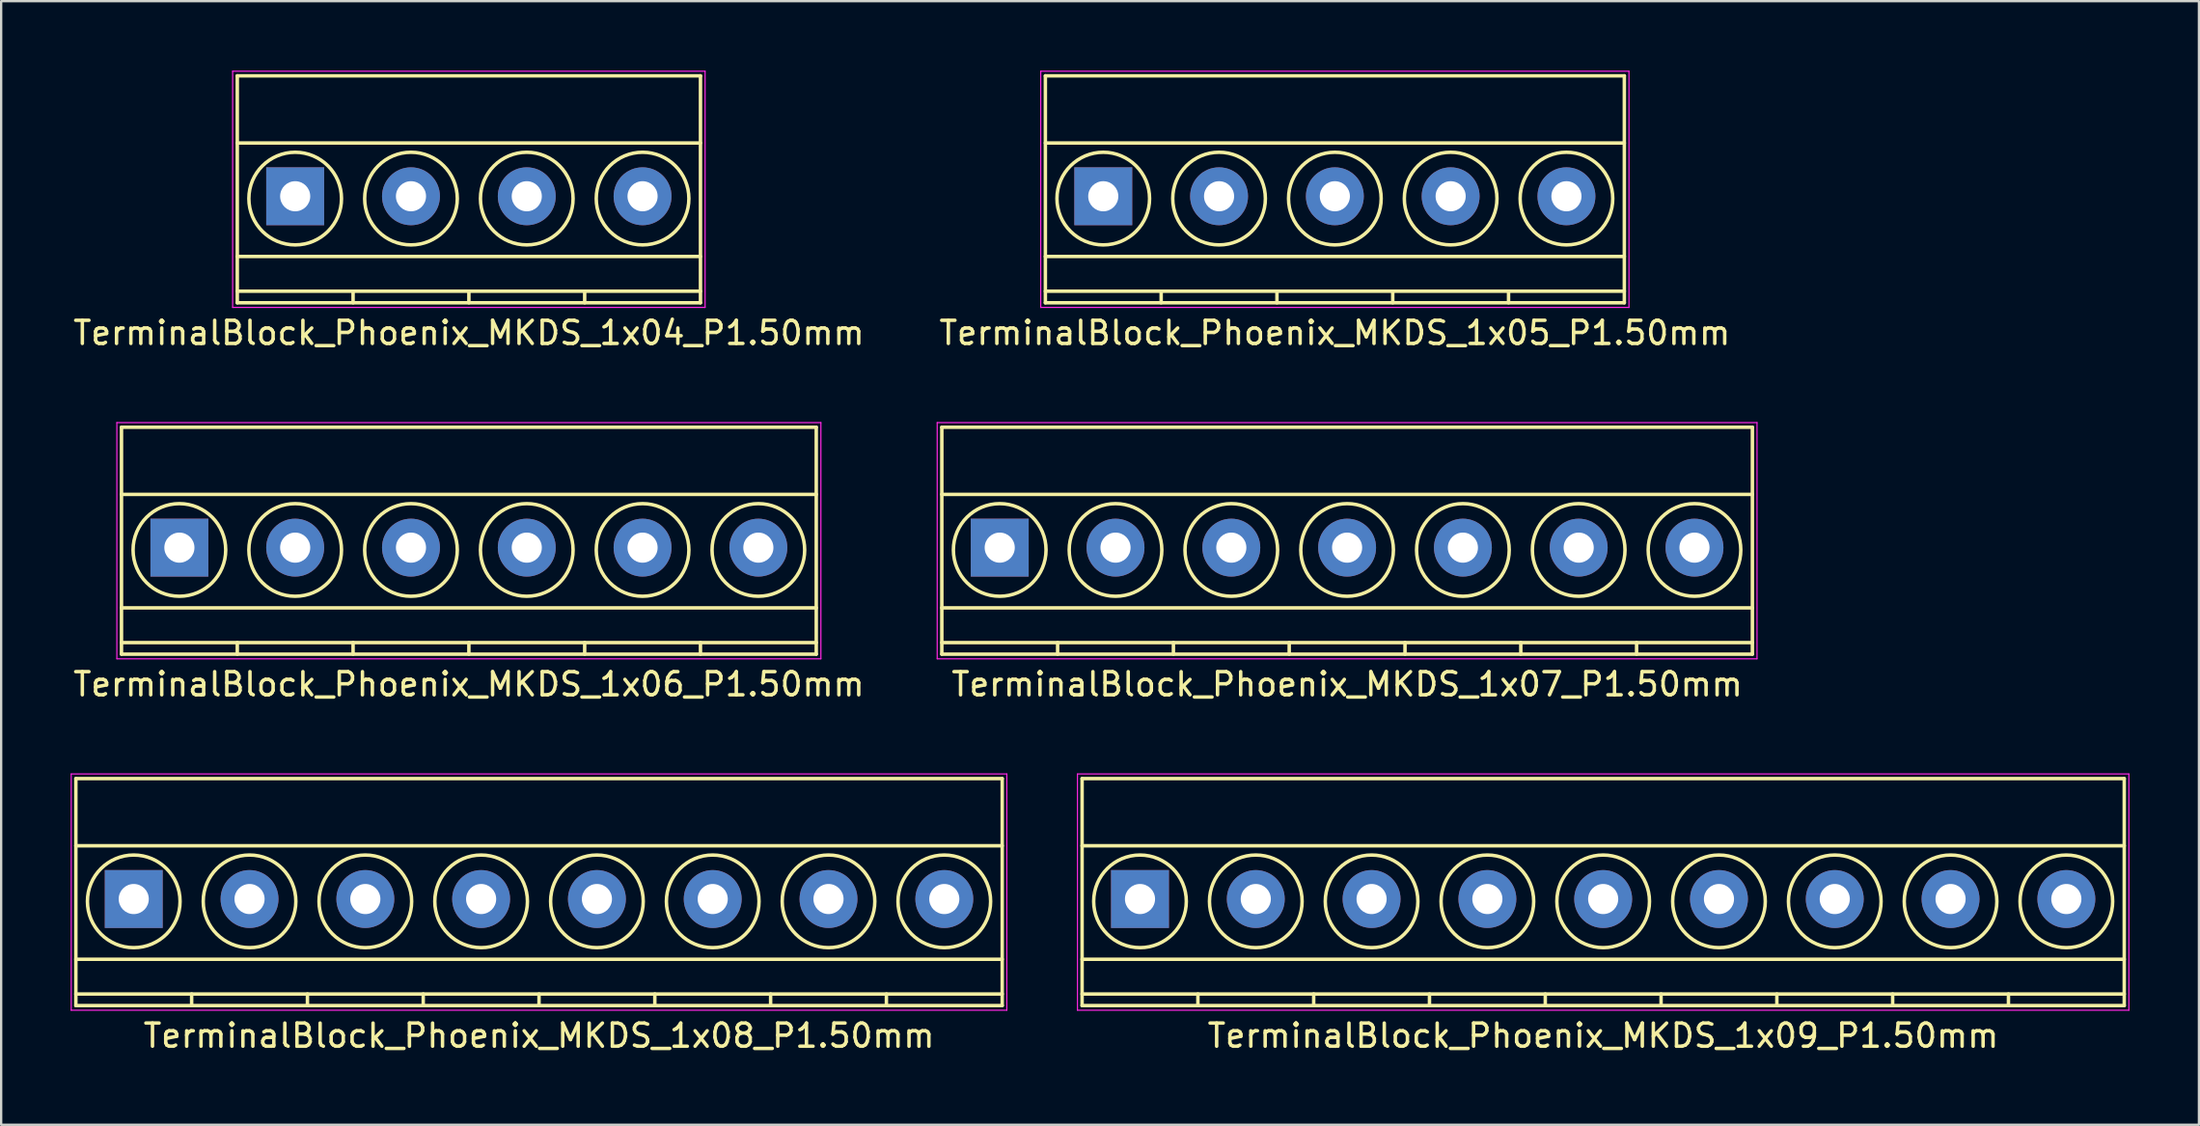
<source format=kicad_pcb>
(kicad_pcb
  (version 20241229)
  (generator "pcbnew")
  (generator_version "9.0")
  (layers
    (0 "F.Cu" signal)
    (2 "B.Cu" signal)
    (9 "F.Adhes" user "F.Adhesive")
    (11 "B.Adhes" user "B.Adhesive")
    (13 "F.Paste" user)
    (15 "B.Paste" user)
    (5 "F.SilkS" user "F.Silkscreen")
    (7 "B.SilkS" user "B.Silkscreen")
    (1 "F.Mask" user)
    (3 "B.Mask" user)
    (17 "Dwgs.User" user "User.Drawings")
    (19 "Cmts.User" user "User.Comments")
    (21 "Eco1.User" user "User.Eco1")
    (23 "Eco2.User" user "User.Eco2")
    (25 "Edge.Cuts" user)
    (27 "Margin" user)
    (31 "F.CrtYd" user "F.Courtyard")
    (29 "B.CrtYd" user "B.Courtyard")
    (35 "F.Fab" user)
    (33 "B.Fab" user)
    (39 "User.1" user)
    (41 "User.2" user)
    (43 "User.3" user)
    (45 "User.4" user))
  (footprint "TerminalBlock_Phoenix_MKDS_1x06_P1.50mm"
    (layer "F.Cu")
    (at 4.696 20.598)
    (property "Reference" "TerminalBlock_Phoenix_MKDS_1x06_P1.50mm" (at 12.5 5.9 0) (layer "F.SilkS") (effects (font (size 1 1) (thickness 0.15))))
    (attr through_hole)
    (fp_line (start -2.5 -5.2) (end -2.5 4.6) (stroke (width 0.15) (type solid)) (layer "F.SilkS"))
    (fp_line (start -2.5 -2.3) (end 27.5 -2.3) (stroke (width 0.15) (type solid)) (layer "F.SilkS"))
    (fp_line (start -2.5 2.6) (end 27.5 2.6) (stroke (width 0.15) (type solid)) (layer "F.SilkS"))
    (fp_line (start -2.5 4.1) (end 27.5 4.1) (stroke (width 0.15) (type solid)) (layer "F.SilkS"))
    (fp_line (start -2.5 4.6) (end 27.5 4.6) (stroke (width 0.15) (type solid)) (layer "F.SilkS"))
    (fp_line (start 2.5 4.1) (end 2.5 4.6) (stroke (width 0.15) (type solid)) (layer "F.SilkS"))
    (fp_line (start 7.5 4.1) (end 7.5 4.6) (stroke (width 0.15) (type solid)) (layer "F.SilkS"))
    (fp_line (start 12.5 4.1) (end 12.5 4.6) (stroke (width 0.15) (type solid)) (layer "F.SilkS"))
    (fp_line (start 17.5 4.1) (end 17.5 4.6) (stroke (width 0.15) (type solid)) (layer "F.SilkS"))
    (fp_line (start 22.5 4.1) (end 22.5 4.6) (stroke (width 0.15) (type solid)) (layer "F.SilkS"))
    (fp_line (start 27.5 -5.2) (end -2.5 -5.2) (stroke (width 0.15) (type solid)) (layer "F.SilkS"))
    (fp_line (start 27.5 4.6) (end 27.5 -5.2) (stroke (width 0.15) (type solid)) (layer "F.SilkS"))
    (fp_circle (center 0 0.1) (end 2 0.1) (stroke (width 0.15) (type solid)) (fill no) (layer "F.SilkS"))
    (fp_circle (center 5 0.1) (end 3 0.1) (stroke (width 0.15) (type solid)) (fill no) (layer "F.SilkS"))
    (fp_circle (center 10 0.1) (end 8 0.1) (stroke (width 0.15) (type solid)) (fill no) (layer "F.SilkS"))
    (fp_circle (center 15 0.1) (end 13 0.1) (stroke (width 0.15) (type solid)) (fill no) (layer "F.SilkS"))
    (fp_circle (center 20 0.1) (end 18 0.1) (stroke (width 0.15) (type solid)) (fill no) (layer "F.SilkS"))
    (fp_circle (center 25 0.1) (end 23 0.1) (stroke (width 0.15) (type solid)) (fill no) (layer "F.SilkS"))
    (fp_line (start -2.7 -5.4) (end 27.7 -5.4) (stroke (width 0.05) (type solid)) (layer "F.CrtYd"))
    (fp_line (start -2.7 4.8) (end -2.7 -5.4) (stroke (width 0.05) (type solid)) (layer "F.CrtYd"))
    (fp_line (start 27.7 -5.4) (end 27.7 4.8) (stroke (width 0.05) (type solid)) (layer "F.CrtYd"))
    (fp_line (start 27.7 4.8) (end -2.7 4.8) (stroke (width 0.05) (type solid)) (layer "F.CrtYd"))
    (pad "1" thru_hole rect (at 0 0) (size 2.5 2.5) (drill 1.3) (layers "*.Cu" "*.Mask"))
    (pad "2" thru_hole circle (at 5 0) (size 2.5 2.5) (drill 1.3) (layers "*.Cu" "*.Mask"))
    (pad "3" thru_hole circle (at 10 0) (size 2.5 2.5) (drill 1.3) (layers "*.Cu" "*.Mask"))
    (pad "4" thru_hole circle (at 15 0) (size 2.5 2.5) (drill 1.3) (layers "*.Cu" "*.Mask"))
    (pad "5" thru_hole circle (at 20 0) (size 2.5 2.5) (drill 1.3) (layers "*.Cu" "*.Mask"))
    (pad "6" thru_hole circle (at 25 0) (size 2.5 2.5) (drill 1.3) (layers "*.Cu" "*.Mask")))
  (footprint "TerminalBlock_Phoenix_MKDS_1x04_P1.50mm"
    (layer "F.Cu")
    (at 9.696 5.425)
    (property "Reference" "TerminalBlock_Phoenix_MKDS_1x04_P1.50mm" (at 7.5 5.9 0) (layer "F.SilkS") (effects (font (size 1 1) (thickness 0.15))))
    (attr through_hole)
    (fp_line (start -2.5 -5.2) (end -2.5 4.6) (stroke (width 0.15) (type solid)) (layer "F.SilkS"))
    (fp_line (start -2.5 -2.3) (end 17.5 -2.3) (stroke (width 0.15) (type solid)) (layer "F.SilkS"))
    (fp_line (start -2.5 2.6) (end 17.5 2.6) (stroke (width 0.15) (type solid)) (layer "F.SilkS"))
    (fp_line (start -2.5 4.1) (end 17.5 4.1) (stroke (width 0.15) (type solid)) (layer "F.SilkS"))
    (fp_line (start -2.5 4.6) (end 17.5 4.6) (stroke (width 0.15) (type solid)) (layer "F.SilkS"))
    (fp_line (start 2.5 4.1) (end 2.5 4.6) (stroke (width 0.15) (type solid)) (layer "F.SilkS"))
    (fp_line (start 7.5 4.1) (end 7.5 4.6) (stroke (width 0.15) (type solid)) (layer "F.SilkS"))
    (fp_line (start 12.5 4.1) (end 12.5 4.6) (stroke (width 0.15) (type solid)) (layer "F.SilkS"))
    (fp_line (start 17.5 -5.2) (end -2.5 -5.2) (stroke (width 0.15) (type solid)) (layer "F.SilkS"))
    (fp_line (start 17.5 4.6) (end 17.5 -5.2) (stroke (width 0.15) (type solid)) (layer "F.SilkS"))
    (fp_circle (center 0 0.1) (end 2 0.1) (stroke (width 0.15) (type solid)) (fill no) (layer "F.SilkS"))
    (fp_circle (center 5 0.1) (end 3 0.1) (stroke (width 0.15) (type solid)) (fill no) (layer "F.SilkS"))
    (fp_circle (center 10 0.1) (end 8 0.1) (stroke (width 0.15) (type solid)) (fill no) (layer "F.SilkS"))
    (fp_circle (center 15 0.1) (end 13 0.1) (stroke (width 0.15) (type solid)) (fill no) (layer "F.SilkS"))
    (fp_line (start -2.7 -5.4) (end 17.7 -5.4) (stroke (width 0.05) (type solid)) (layer "F.CrtYd"))
    (fp_line (start -2.7 4.8) (end -2.7 -5.4) (stroke (width 0.05) (type solid)) (layer "F.CrtYd"))
    (fp_line (start 17.7 -5.4) (end 17.7 4.8) (stroke (width 0.05) (type solid)) (layer "F.CrtYd"))
    (fp_line (start 17.7 4.8) (end -2.7 4.8) (stroke (width 0.05) (type solid)) (layer "F.CrtYd"))
    (pad "1" thru_hole rect (at 0 0) (size 2.5 2.5) (drill 1.3) (layers "*.Cu" "*.Mask"))
    (pad "2" thru_hole circle (at 5 0) (size 2.5 2.5) (drill 1.3) (layers "*.Cu" "*.Mask"))
    (pad "3" thru_hole circle (at 10 0) (size 2.5 2.5) (drill 1.3) (layers "*.Cu" "*.Mask"))
    (pad "4" thru_hole circle (at 15 0) (size 2.5 2.5) (drill 1.3) (layers "*.Cu" "*.Mask")))
  (footprint "TerminalBlock_Phoenix_MKDS_1x05_P1.50mm"
    (layer "F.Cu")
    (at 44.589 5.425)
    (property "Reference" "TerminalBlock_Phoenix_MKDS_1x05_P1.50mm" (at 10 5.9 0) (layer "F.SilkS") (effects (font (size 1 1) (thickness 0.15))))
    (attr through_hole)
    (fp_line (start -2.5 -5.2) (end -2.5 4.6) (stroke (width 0.15) (type solid)) (layer "F.SilkS"))
    (fp_line (start -2.5 -2.3) (end 22.5 -2.3) (stroke (width 0.15) (type solid)) (layer "F.SilkS"))
    (fp_line (start -2.5 2.6) (end 22.5 2.6) (stroke (width 0.15) (type solid)) (layer "F.SilkS"))
    (fp_line (start -2.5 4.1) (end 22.5 4.1) (stroke (width 0.15) (type solid)) (layer "F.SilkS"))
    (fp_line (start -2.5 4.6) (end 22.5 4.6) (stroke (width 0.15) (type solid)) (layer "F.SilkS"))
    (fp_line (start 2.5 4.1) (end 2.5 4.6) (stroke (width 0.15) (type solid)) (layer "F.SilkS"))
    (fp_line (start 7.5 4.1) (end 7.5 4.6) (stroke (width 0.15) (type solid)) (layer "F.SilkS"))
    (fp_line (start 12.5 4.1) (end 12.5 4.6) (stroke (width 0.15) (type solid)) (layer "F.SilkS"))
    (fp_line (start 17.5 4.1) (end 17.5 4.6) (stroke (width 0.15) (type solid)) (layer "F.SilkS"))
    (fp_line (start 22.5 -5.2) (end -2.5 -5.2) (stroke (width 0.15) (type solid)) (layer "F.SilkS"))
    (fp_line (start 22.5 4.6) (end 22.5 -5.2) (stroke (width 0.15) (type solid)) (layer "F.SilkS"))
    (fp_circle (center 0 0.1) (end 2 0.1) (stroke (width 0.15) (type solid)) (fill no) (layer "F.SilkS"))
    (fp_circle (center 5 0.1) (end 3 0.1) (stroke (width 0.15) (type solid)) (fill no) (layer "F.SilkS"))
    (fp_circle (center 10 0.1) (end 8 0.1) (stroke (width 0.15) (type solid)) (fill no) (layer "F.SilkS"))
    (fp_circle (center 15 0.1) (end 13 0.1) (stroke (width 0.15) (type solid)) (fill no) (layer "F.SilkS"))
    (fp_circle (center 20 0.1) (end 18 0.1) (stroke (width 0.15) (type solid)) (fill no) (layer "F.SilkS"))
    (fp_line (start -2.7 -5.4) (end -2.7 4.8) (stroke (width 0.05) (type solid)) (layer "F.CrtYd"))
    (fp_line (start -2.7 4.8) (end 22.7 4.8) (stroke (width 0.05) (type solid)) (layer "F.CrtYd"))
    (fp_line (start 22.7 -5.4) (end -2.7 -5.4) (stroke (width 0.05) (type solid)) (layer "F.CrtYd"))
    (fp_line (start 22.7 4.8) (end 22.7 -5.4) (stroke (width 0.05) (type solid)) (layer "F.CrtYd"))
    (pad "1" thru_hole rect (at 0 0) (size 2.5 2.5) (drill 1.3) (layers "*.Cu" "*.Mask"))
    (pad "2" thru_hole circle (at 5 0) (size 2.5 2.5) (drill 1.3) (layers "*.Cu" "*.Mask"))
    (pad "3" thru_hole circle (at 10 0) (size 2.5 2.5) (drill 1.3) (layers "*.Cu" "*.Mask"))
    (pad "4" thru_hole circle (at 15 0) (size 2.5 2.5) (drill 1.3) (layers "*.Cu" "*.Mask"))
    (pad "5" thru_hole circle (at 20 0) (size 2.5 2.5) (drill 1.3) (layers "*.Cu" "*.Mask")))
  (footprint "TerminalBlock_Phoenix_MKDS_1x08_P1.50mm"
    (layer "F.Cu")
    (at 2.725 35.772)
    (property "Reference" "TerminalBlock_Phoenix_MKDS_1x08_P1.50mm" (at 17.5 5.9 0) (layer "F.SilkS") (effects (font (size 1 1) (thickness 0.15))))
    (attr through_hole)
    (fp_line (start -2.5 -5.2) (end -2.5 4.6) (stroke (width 0.15) (type solid)) (layer "F.SilkS"))
    (fp_line (start -2.5 -2.3) (end 37.5 -2.3) (stroke (width 0.15) (type solid)) (layer "F.SilkS"))
    (fp_line (start -2.5 2.6) (end 37.5 2.6) (stroke (width 0.15) (type solid)) (layer "F.SilkS"))
    (fp_line (start -2.5 4.1) (end 37.5 4.1) (stroke (width 0.15) (type solid)) (layer "F.SilkS"))
    (fp_line (start -2.5 4.6) (end 37.5 4.6) (stroke (width 0.15) (type solid)) (layer "F.SilkS"))
    (fp_line (start 2.5 4.1) (end 2.5 4.6) (stroke (width 0.15) (type solid)) (layer "F.SilkS"))
    (fp_line (start 7.5 4.1) (end 7.5 4.6) (stroke (width 0.15) (type solid)) (layer "F.SilkS"))
    (fp_line (start 12.5 4.1) (end 12.5 4.6) (stroke (width 0.15) (type solid)) (layer "F.SilkS"))
    (fp_line (start 17.5 4.1) (end 17.5 4.6) (stroke (width 0.15) (type solid)) (layer "F.SilkS"))
    (fp_line (start 22.5 4.1) (end 22.5 4.6) (stroke (width 0.15) (type solid)) (layer "F.SilkS"))
    (fp_line (start 27.5 4.1) (end 27.5 4.6) (stroke (width 0.15) (type solid)) (layer "F.SilkS"))
    (fp_line (start 32.5 4.1) (end 32.5 4.6) (stroke (width 0.15) (type solid)) (layer "F.SilkS"))
    (fp_line (start 37.5 -5.2) (end -2.5 -5.2) (stroke (width 0.15) (type solid)) (layer "F.SilkS"))
    (fp_line (start 37.5 4.6) (end 37.5 -5.2) (stroke (width 0.15) (type solid)) (layer "F.SilkS"))
    (fp_circle (center 0 0.1) (end 2 0.1) (stroke (width 0.15) (type solid)) (fill no) (layer "F.SilkS"))
    (fp_circle (center 5 0.1) (end 3 0.1) (stroke (width 0.15) (type solid)) (fill no) (layer "F.SilkS"))
    (fp_circle (center 10 0.1) (end 8 0.1) (stroke (width 0.15) (type solid)) (fill no) (layer "F.SilkS"))
    (fp_circle (center 15 0.1) (end 13 0.1) (stroke (width 0.15) (type solid)) (fill no) (layer "F.SilkS"))
    (fp_circle (center 20 0.1) (end 18 0.1) (stroke (width 0.15) (type solid)) (fill no) (layer "F.SilkS"))
    (fp_circle (center 25 0.1) (end 23 0.1) (stroke (width 0.15) (type solid)) (fill no) (layer "F.SilkS"))
    (fp_circle (center 30 0.1) (end 28 0.1) (stroke (width 0.15) (type solid)) (fill no) (layer "F.SilkS"))
    (fp_circle (center 35 0.1) (end 33 0.1) (stroke (width 0.15) (type solid)) (fill no) (layer "F.SilkS"))
    (fp_line (start -2.7 -5.4) (end 37.7 -5.4) (stroke (width 0.05) (type solid)) (layer "F.CrtYd"))
    (fp_line (start -2.7 4.8) (end -2.7 -5.4) (stroke (width 0.05) (type solid)) (layer "F.CrtYd"))
    (fp_line (start 37.7 -5.4) (end 37.7 4.8) (stroke (width 0.05) (type solid)) (layer "F.CrtYd"))
    (fp_line (start 37.7 4.8) (end -2.7 4.8) (stroke (width 0.05) (type solid)) (layer "F.CrtYd"))
    (pad "1" thru_hole rect (at 0 0) (size 2.5 2.5) (drill 1.3) (layers "*.Cu" "*.Mask"))
    (pad "2" thru_hole circle (at 5 0) (size 2.5 2.5) (drill 1.3) (layers "*.Cu" "*.Mask"))
    (pad "3" thru_hole circle (at 10 0) (size 2.5 2.5) (drill 1.3) (layers "*.Cu" "*.Mask"))
    (pad "4" thru_hole circle (at 15 0) (size 2.5 2.5) (drill 1.3) (layers "*.Cu" "*.Mask"))
    (pad "5" thru_hole circle (at 20 0) (size 2.5 2.5) (drill 1.3) (layers "*.Cu" "*.Mask"))
    (pad "6" thru_hole circle (at 25 0) (size 2.5 2.5) (drill 1.3) (layers "*.Cu" "*.Mask"))
    (pad "7" thru_hole circle (at 30 0) (size 2.5 2.5) (drill 1.3) (layers "*.Cu" "*.Mask"))
    (pad "8" thru_hole circle (at 35 0) (size 2.5 2.5) (drill 1.3) (layers "*.Cu" "*.Mask")))
  (footprint "TerminalBlock_Phoenix_MKDS_1x07_P1.50mm"
    (layer "F.Cu")
    (at 40.118 20.598)
    (property "Reference" "TerminalBlock_Phoenix_MKDS_1x07_P1.50mm" (at 15 5.9 0) (layer "F.SilkS") (effects (font (size 1 1) (thickness 0.15))))
    (attr through_hole)
    (fp_line (start -2.5 -5.2) (end -2.5 4.6) (stroke (width 0.15) (type solid)) (layer "F.SilkS"))
    (fp_line (start -2.5 -2.3) (end 32.5 -2.3) (stroke (width 0.15) (type solid)) (layer "F.SilkS"))
    (fp_line (start -2.5 2.6) (end 32.5 2.6) (stroke (width 0.15) (type solid)) (layer "F.SilkS"))
    (fp_line (start -2.5 4.1) (end 32.5 4.1) (stroke (width 0.15) (type solid)) (layer "F.SilkS"))
    (fp_line (start -2.5 4.6) (end 32.5 4.6) (stroke (width 0.15) (type solid)) (layer "F.SilkS"))
    (fp_line (start 2.5 4.1) (end 2.5 4.6) (stroke (width 0.15) (type solid)) (layer "F.SilkS"))
    (fp_line (start 7.5 4.1) (end 7.5 4.6) (stroke (width 0.15) (type solid)) (layer "F.SilkS"))
    (fp_line (start 12.5 4.1) (end 12.5 4.6) (stroke (width 0.15) (type solid)) (layer "F.SilkS"))
    (fp_line (start 17.5 4.1) (end 17.5 4.6) (stroke (width 0.15) (type solid)) (layer "F.SilkS"))
    (fp_line (start 22.5 4.1) (end 22.5 4.6) (stroke (width 0.15) (type solid)) (layer "F.SilkS"))
    (fp_line (start 27.5 4.1) (end 27.5 4.6) (stroke (width 0.15) (type solid)) (layer "F.SilkS"))
    (fp_line (start 32.5 -5.2) (end -2.5 -5.2) (stroke (width 0.15) (type solid)) (layer "F.SilkS"))
    (fp_line (start 32.5 4.6) (end 32.5 -5.2) (stroke (width 0.15) (type solid)) (layer "F.SilkS"))
    (fp_circle (center 0 0.1) (end 2 0.1) (stroke (width 0.15) (type solid)) (fill no) (layer "F.SilkS"))
    (fp_circle (center 5 0.1) (end 3 0.1) (stroke (width 0.15) (type solid)) (fill no) (layer "F.SilkS"))
    (fp_circle (center 10 0.1) (end 8 0.1) (stroke (width 0.15) (type solid)) (fill no) (layer "F.SilkS"))
    (fp_circle (center 15 0.1) (end 13 0.1) (stroke (width 0.15) (type solid)) (fill no) (layer "F.SilkS"))
    (fp_circle (center 20 0.1) (end 18 0.1) (stroke (width 0.15) (type solid)) (fill no) (layer "F.SilkS"))
    (fp_circle (center 25 0.1) (end 23 0.1) (stroke (width 0.15) (type solid)) (fill no) (layer "F.SilkS"))
    (fp_circle (center 30 0.1) (end 28 0.1) (stroke (width 0.15) (type solid)) (fill no) (layer "F.SilkS"))
    (fp_line (start -2.7 -5.4) (end 32.7 -5.4) (stroke (width 0.05) (type solid)) (layer "F.CrtYd"))
    (fp_line (start -2.7 4.8) (end -2.7 -5.4) (stroke (width 0.05) (type solid)) (layer "F.CrtYd"))
    (fp_line (start 32.7 -5.4) (end 32.7 4.8) (stroke (width 0.05) (type solid)) (layer "F.CrtYd"))
    (fp_line (start 32.7 4.8) (end -2.7 4.8) (stroke (width 0.05) (type solid)) (layer "F.CrtYd"))
    (pad "1" thru_hole rect (at 0 0) (size 2.5 2.5) (drill 1.3) (layers "*.Cu" "*.Mask"))
    (pad "2" thru_hole circle (at 5 0) (size 2.5 2.5) (drill 1.3) (layers "*.Cu" "*.Mask"))
    (pad "3" thru_hole circle (at 10 0) (size 2.5 2.5) (drill 1.3) (layers "*.Cu" "*.Mask"))
    (pad "4" thru_hole circle (at 15 0) (size 2.5 2.5) (drill 1.3) (layers "*.Cu" "*.Mask"))
    (pad "5" thru_hole circle (at 20 0) (size 2.5 2.5) (drill 1.3) (layers "*.Cu" "*.Mask"))
    (pad "6" thru_hole circle (at 25 0) (size 2.5 2.5) (drill 1.3) (layers "*.Cu" "*.Mask"))
    (pad "7" thru_hole circle (at 30 0) (size 2.5 2.5) (drill 1.3) (layers "*.Cu" "*.Mask")))
  (footprint "TerminalBlock_Phoenix_MKDS_1x09_P1.50mm"
    (layer "F.Cu")
    (at 46.175 35.772)
    (property "Reference" "TerminalBlock_Phoenix_MKDS_1x09_P1.50mm" (at 20 5.9 0) (layer "F.SilkS") (effects (font (size 1 1) (thickness 0.15))))
    (attr through_hole)
    (fp_line (start -2.5 -5.2) (end -2.5 4.6) (stroke (width 0.15) (type solid)) (layer "F.SilkS"))
    (fp_line (start -2.5 -2.3) (end 42.5 -2.3) (stroke (width 0.15) (type solid)) (layer "F.SilkS"))
    (fp_line (start -2.5 2.6) (end 42.5 2.6) (stroke (width 0.15) (type solid)) (layer "F.SilkS"))
    (fp_line (start -2.5 4.1) (end 42.5 4.1) (stroke (width 0.15) (type solid)) (layer "F.SilkS"))
    (fp_line (start -2.5 4.6) (end 42.5 4.6) (stroke (width 0.15) (type solid)) (layer "F.SilkS"))
    (fp_line (start 2.5 4.1) (end 2.5 4.6) (stroke (width 0.15) (type solid)) (layer "F.SilkS"))
    (fp_line (start 7.5 4.1) (end 7.5 4.6) (stroke (width 0.15) (type solid)) (layer "F.SilkS"))
    (fp_line (start 12.5 4.1) (end 12.5 4.6) (stroke (width 0.15) (type solid)) (layer "F.SilkS"))
    (fp_line (start 17.5 4.1) (end 17.5 4.6) (stroke (width 0.15) (type solid)) (layer "F.SilkS"))
    (fp_line (start 22.5 4.1) (end 22.5 4.6) (stroke (width 0.15) (type solid)) (layer "F.SilkS"))
    (fp_line (start 27.5 4.1) (end 27.5 4.6) (stroke (width 0.15) (type solid)) (layer "F.SilkS"))
    (fp_line (start 32.5 4.1) (end 32.5 4.6) (stroke (width 0.15) (type solid)) (layer "F.SilkS"))
    (fp_line (start 37.5 4.1) (end 37.5 4.6) (stroke (width 0.15) (type solid)) (layer "F.SilkS"))
    (fp_line (start 42.5 -5.2) (end -2.5 -5.2) (stroke (width 0.15) (type solid)) (layer "F.SilkS"))
    (fp_line (start 42.5 4.6) (end 42.5 -5.2) (stroke (width 0.15) (type solid)) (layer "F.SilkS"))
    (fp_circle (center 0 0.1) (end 2 0.1) (stroke (width 0.15) (type solid)) (fill no) (layer "F.SilkS"))
    (fp_circle (center 5 0.1) (end 3 0.1) (stroke (width 0.15) (type solid)) (fill no) (layer "F.SilkS"))
    (fp_circle (center 10 0.1) (end 8 0.1) (stroke (width 0.15) (type solid)) (fill no) (layer "F.SilkS"))
    (fp_circle (center 15 0.1) (end 13 0.1) (stroke (width 0.15) (type solid)) (fill no) (layer "F.SilkS"))
    (fp_circle (center 20 0.1) (end 18 0.1) (stroke (width 0.15) (type solid)) (fill no) (layer "F.SilkS"))
    (fp_circle (center 25 0.1) (end 23 0.1) (stroke (width 0.15) (type solid)) (fill no) (layer "F.SilkS"))
    (fp_circle (center 30 0.1) (end 28 0.1) (stroke (width 0.15) (type solid)) (fill no) (layer "F.SilkS"))
    (fp_circle (center 35 0.1) (end 33 0.1) (stroke (width 0.15) (type solid)) (fill no) (layer "F.SilkS"))
    (fp_circle (center 40 0.1) (end 38 0.1) (stroke (width 0.15) (type solid)) (fill no) (layer "F.SilkS"))
    (fp_line (start -2.7 -5.4) (end 42.7 -5.4) (stroke (width 0.05) (type solid)) (layer "F.CrtYd"))
    (fp_line (start -2.7 4.8) (end -2.7 -5.4) (stroke (width 0.05) (type solid)) (layer "F.CrtYd"))
    (fp_line (start 42.7 -5.4) (end 42.7 4.8) (stroke (width 0.05) (type solid)) (layer "F.CrtYd"))
    (fp_line (start 42.7 4.8) (end -2.7 4.8) (stroke (width 0.05) (type solid)) (layer "F.CrtYd"))
    (pad "1" thru_hole rect (at 0 0) (size 2.5 2.5) (drill 1.3) (layers "*.Cu" "*.Mask"))
    (pad "2" thru_hole circle (at 5 0) (size 2.5 2.5) (drill 1.3) (layers "*.Cu" "*.Mask"))
    (pad "3" thru_hole circle (at 10 0) (size 2.5 2.5) (drill 1.3) (layers "*.Cu" "*.Mask"))
    (pad "4" thru_hole circle (at 15 0) (size 2.5 2.5) (drill 1.3) (layers "*.Cu" "*.Mask"))
    (pad "5" thru_hole circle (at 20 0) (size 2.5 2.5) (drill 1.3) (layers "*.Cu" "*.Mask"))
    (pad "6" thru_hole circle (at 25 0) (size 2.5 2.5) (drill 1.3) (layers "*.Cu" "*.Mask"))
    (pad "7" thru_hole circle (at 30 0) (size 2.5 2.5) (drill 1.3) (layers "*.Cu" "*.Mask"))
    (pad "8" thru_hole circle (at 35 0) (size 2.5 2.5) (drill 1.3) (layers "*.Cu" "*.Mask"))
    (pad "9" thru_hole circle (at 40 0) (size 2.5 2.5) (drill 1.3) (layers "*.Cu" "*.Mask")))
  (gr_rect
    (start -3 -3)
    (end 91.9 45.52)
    (stroke (width 0.1) (type default))
    (fill no)
    (layer "Edge.Cuts")))
</source>
